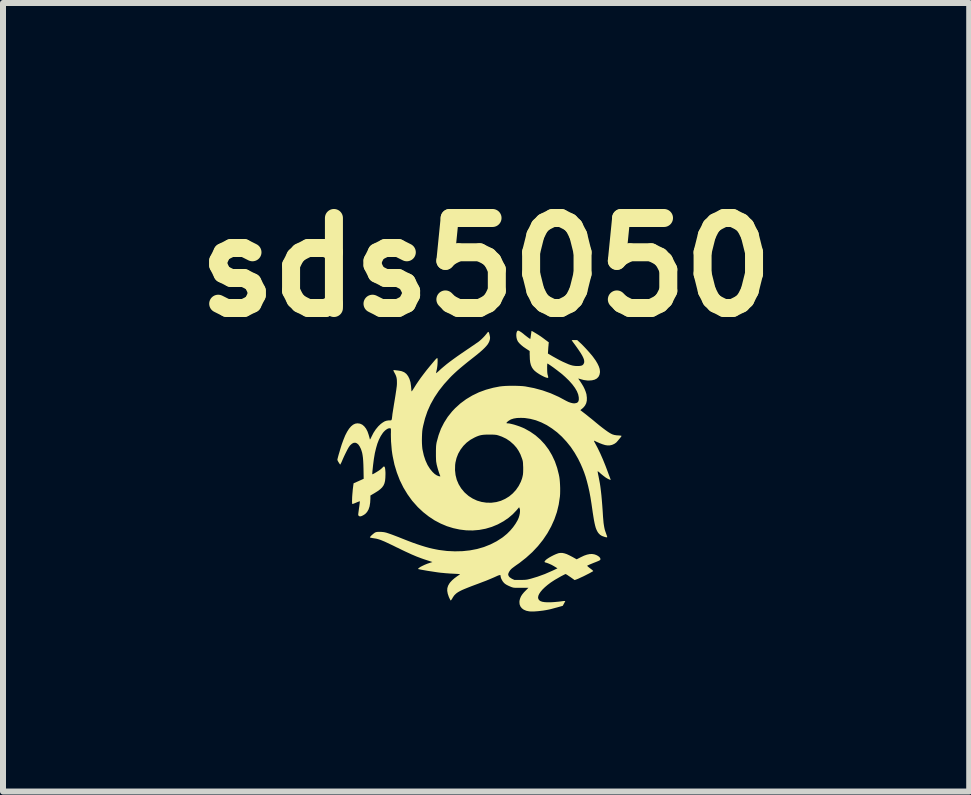
<source format=kicad_pcb>
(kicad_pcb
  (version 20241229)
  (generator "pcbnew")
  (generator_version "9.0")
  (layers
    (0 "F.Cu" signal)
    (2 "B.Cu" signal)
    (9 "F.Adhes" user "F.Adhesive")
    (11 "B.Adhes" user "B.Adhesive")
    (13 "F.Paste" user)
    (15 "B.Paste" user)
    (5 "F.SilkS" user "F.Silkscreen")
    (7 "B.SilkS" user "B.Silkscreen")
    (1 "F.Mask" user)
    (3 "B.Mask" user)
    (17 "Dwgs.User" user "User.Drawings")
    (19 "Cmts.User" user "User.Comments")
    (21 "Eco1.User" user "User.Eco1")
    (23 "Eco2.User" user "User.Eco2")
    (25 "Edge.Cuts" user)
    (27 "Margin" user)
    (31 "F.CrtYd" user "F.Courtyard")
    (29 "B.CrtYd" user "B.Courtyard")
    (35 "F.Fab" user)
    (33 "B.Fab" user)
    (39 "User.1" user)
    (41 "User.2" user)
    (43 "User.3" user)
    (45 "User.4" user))
  (footprint "sds5050"
    (layer "F.Cu")
    (at 5.101 4.757)
    (property "Reference" "sds5050" (at -0.051 -3.353 0) (layer "F.SilkS") (effects (font (size 1.5 1.5) (thickness 0.3))))
    (attr board_only exclude_from_pos_files exclude_from_bom)
    (fp_poly (pts (xy 0.492 -2.296) (xy 0.513 -2.285) (xy 0.541 -2.267) (xy 0.576 -2.24) (xy 0.577 -2.238) (xy 0.606 -2.215) (xy 0.633 -2.194) (xy 0.656 -2.177) (xy 0.673 -2.165) (xy 0.683 -2.16) (xy 0.685 -2.16) (xy 0.687 -2.166) (xy 0.69 -2.183) (xy 0.693 -2.205) (xy 0.696 -2.227) (xy 0.7 -2.253) (xy 0.703 -2.275) (xy 0.705 -2.289) (xy 0.707 -2.293) (xy 0.712 -2.291) (xy 0.726 -2.284) (xy 0.746 -2.272) (xy 0.77 -2.258) (xy 0.796 -2.242) (xy 0.822 -2.226) (xy 0.846 -2.21) (xy 0.866 -2.197) (xy 0.875 -2.19) (xy 0.895 -2.176) (xy 0.919 -2.158) (xy 0.944 -2.139) (xy 0.95 -2.135) (xy 0.994 -2.102) (xy 0.99 -2.072) (xy 0.989 -2.053) (xy 0.986 -2.026) (xy 0.984 -1.996) (xy 0.983 -1.979) (xy 0.979 -1.916) (xy 1.062 -1.867) (xy 1.116 -1.837) (xy 1.171 -1.807) (xy 1.225 -1.78) (xy 1.277 -1.757) (xy 1.323 -1.737) (xy 1.357 -1.725) (xy 1.389 -1.716) (xy 1.419 -1.711) (xy 1.452 -1.708) (xy 1.468 -1.708) (xy 1.505 -1.709) (xy 1.533 -1.713) (xy 1.553 -1.721) (xy 1.567 -1.733) (xy 1.575 -1.746) (xy 1.583 -1.766) (xy 1.584 -1.788) (xy 1.58 -1.814) (xy 1.569 -1.844) (xy 1.552 -1.879) (xy 1.528 -1.92) (xy 1.496 -1.968) (xy 1.457 -2.024) (xy 1.444 -2.042) (xy 1.423 -2.071) (xy 1.404 -2.096) (xy 1.389 -2.117) (xy 1.379 -2.131) (xy 1.375 -2.138) (xy 1.375 -2.138) (xy 1.381 -2.139) (xy 1.395 -2.14) (xy 1.416 -2.141) (xy 1.421 -2.141) (xy 1.466 -2.141) (xy 1.515 -2.096) (xy 1.545 -2.068) (xy 1.578 -2.034) (xy 1.615 -1.995) (xy 1.651 -1.955) (xy 1.685 -1.916) (xy 1.715 -1.881) (xy 1.734 -1.856) (xy 1.775 -1.799) (xy 1.805 -1.748) (xy 1.827 -1.702) (xy 1.841 -1.66) (xy 1.846 -1.621) (xy 1.846 -1.601) (xy 1.838 -1.561) (xy 1.821 -1.527) (xy 1.794 -1.5) (xy 1.758 -1.481) (xy 1.714 -1.47) (xy 1.662 -1.466) (xy 1.641 -1.466) (xy 1.576 -1.475) (xy 1.538 -1.485) (xy 1.515 -1.492) (xy 1.497 -1.497) (xy 1.487 -1.5) (xy 1.486 -1.5) (xy 1.488 -1.494) (xy 1.496 -1.481) (xy 1.509 -1.463) (xy 1.52 -1.447) (xy 1.545 -1.408) (xy 1.57 -1.366) (xy 1.591 -1.323) (xy 1.607 -1.283) (xy 1.618 -1.248) (xy 1.621 -1.238) (xy 1.628 -1.18) (xy 1.627 -1.131) (xy 1.617 -1.088) (xy 1.598 -1.05) (xy 1.57 -1.016) (xy 1.55 -0.998) (xy 1.519 -0.973) (xy 1.58 -0.926) (xy 1.601 -0.91) (xy 1.63 -0.887) (xy 1.663 -0.86) (xy 1.701 -0.83) (xy 1.739 -0.799) (xy 1.776 -0.768) (xy 1.838 -0.717) (xy 1.893 -0.674) (xy 1.94 -0.639) (xy 1.981 -0.61) (xy 2.016 -0.588) (xy 2.045 -0.573) (xy 2.057 -0.568) (xy 2.087 -0.559) (xy 2.125 -0.553) (xy 2.148 -0.552) (xy 2.173 -0.55) (xy 2.192 -0.548) (xy 2.204 -0.545) (xy 2.206 -0.544) (xy 2.203 -0.537) (xy 2.193 -0.523) (xy 2.179 -0.505) (xy 2.162 -0.485) (xy 2.145 -0.464) (xy 2.13 -0.447) (xy 2.117 -0.433) (xy 2.116 -0.432) (xy 2.086 -0.411) (xy 2.048 -0.394) (xy 2.007 -0.385) (xy 2.004 -0.385) (xy 1.97 -0.385) (xy 1.932 -0.391) (xy 1.887 -0.405) (xy 1.835 -0.425) (xy 1.821 -0.432) (xy 1.794 -0.443) (xy 1.772 -0.454) (xy 1.755 -0.461) (xy 1.747 -0.465) (xy 1.746 -0.462) (xy 1.75 -0.45) (xy 1.759 -0.433) (xy 1.764 -0.424) (xy 1.807 -0.343) (xy 1.851 -0.252) (xy 1.895 -0.152) (xy 1.938 -0.046) (xy 1.97 0.039) (xy 1.983 0.074) (xy 1.995 0.107) (xy 2.006 0.135) (xy 2.014 0.156) (xy 2.018 0.168) (xy 2.026 0.19) (xy 2.01 0.186) (xy 1.98 0.173) (xy 1.944 0.152) (xy 1.905 0.123) (xy 1.862 0.088) (xy 1.854 0.081) (xy 1.836 0.064) (xy 1.82 0.052) (xy 1.81 0.045) (xy 1.808 0.044) (xy 1.808 0.051) (xy 1.81 0.067) (xy 1.814 0.09) (xy 1.82 0.119) (xy 1.823 0.133) (xy 1.834 0.19) (xy 1.845 0.249) (xy 1.854 0.31) (xy 1.862 0.375) (xy 1.87 0.445) (xy 1.877 0.523) (xy 1.884 0.608) (xy 1.891 0.704) (xy 1.893 0.735) (xy 1.897 0.802) (xy 1.902 0.858) (xy 1.906 0.905) (xy 1.912 0.946) (xy 1.918 0.981) (xy 1.925 1.013) (xy 1.934 1.043) (xy 1.944 1.071) (xy 1.953 1.097) (xy 1.961 1.119) (xy 1.966 1.135) (xy 1.967 1.141) (xy 1.965 1.146) (xy 1.959 1.147) (xy 1.945 1.145) (xy 1.923 1.139) (xy 1.914 1.136) (xy 1.878 1.123) (xy 1.849 1.105) (xy 1.826 1.082) (xy 1.814 1.067) (xy 1.8 1.044) (xy 1.788 1.019) (xy 1.776 0.988) (xy 1.766 0.952) (xy 1.756 0.909) (xy 1.746 0.858) (xy 1.736 0.797) (xy 1.725 0.727) (xy 1.722 0.705) (xy 1.705 0.588) (xy 1.688 0.481) (xy 1.67 0.384) (xy 1.65 0.295) (xy 1.629 0.213) (xy 1.607 0.136) (xy 1.582 0.063) (xy 1.554 -0.008) (xy 1.524 -0.077) (xy 1.49 -0.146) (xy 1.484 -0.159) (xy 1.425 -0.262) (xy 1.36 -0.359) (xy 1.288 -0.448) (xy 1.212 -0.53) (xy 1.132 -0.603) (xy 1.047 -0.667) (xy 0.96 -0.723) (xy 0.87 -0.768) (xy 0.778 -0.804) (xy 0.685 -0.828) (xy 0.592 -0.842) (xy 0.529 -0.844) (xy 0.464 -0.842) (xy 0.409 -0.833) (xy 0.362 -0.818) (xy 0.325 -0.796) (xy 0.306 -0.781) (xy 0.292 -0.767) (xy 0.288 -0.758) (xy 0.293 -0.754) (xy 0.303 -0.753) (xy 0.333 -0.751) (xy 0.37 -0.743) (xy 0.414 -0.732) (xy 0.461 -0.717) (xy 0.508 -0.701) (xy 0.555 -0.682) (xy 0.589 -0.667) (xy 0.684 -0.614) (xy 0.772 -0.553) (xy 0.853 -0.482) (xy 0.926 -0.403) (xy 0.991 -0.316) (xy 1.047 -0.221) (xy 1.095 -0.119) (xy 1.133 -0.01) (xy 1.162 0.105) (xy 1.169 0.141) (xy 1.174 0.176) (xy 1.178 0.221) (xy 1.181 0.272) (xy 1.183 0.324) (xy 1.183 0.377) (xy 1.182 0.425) (xy 1.179 0.467) (xy 1.178 0.473) (xy 1.159 0.6) (xy 1.129 0.725) (xy 1.087 0.846) (xy 1.034 0.964) (xy 0.971 1.078) (xy 0.897 1.188) (xy 0.813 1.293) (xy 0.719 1.393) (xy 0.615 1.487) (xy 0.502 1.576) (xy 0.451 1.611) (xy 0.425 1.63) (xy 0.401 1.648) (xy 0.38 1.664) (xy 0.369 1.674) (xy 0.351 1.693) (xy 0.335 1.717) (xy 0.323 1.74) (xy 0.317 1.76) (xy 0.317 1.765) (xy 0.323 1.789) (xy 0.34 1.811) (xy 0.369 1.831) (xy 0.381 1.838) (xy 0.422 1.857) (xy 0.52 1.856) (xy 0.559 1.856) (xy 0.588 1.855) (xy 0.613 1.853) (xy 0.635 1.85) (xy 0.658 1.845) (xy 0.686 1.838) (xy 0.691 1.837) (xy 0.807 1.802) (xy 0.928 1.758) (xy 1.054 1.703) (xy 1.082 1.69) (xy 1.138 1.663) (xy 1.104 1.642) (xy 1.074 1.624) (xy 1.042 1.606) (xy 1.009 1.591) (xy 0.98 1.579) (xy 0.957 1.571) (xy 0.95 1.569) (xy 0.931 1.564) (xy 0.923 1.557) (xy 0.925 1.546) (xy 0.938 1.53) (xy 0.95 1.518) (xy 0.972 1.502) (xy 1.001 1.483) (xy 1.035 1.464) (xy 1.072 1.445) (xy 1.107 1.429) (xy 1.138 1.417) (xy 1.159 1.41) (xy 1.19 1.406) (xy 1.222 1.407) (xy 1.255 1.414) (xy 1.292 1.426) (xy 1.335 1.446) (xy 1.385 1.472) (xy 1.394 1.477) (xy 1.458 1.513) (xy 1.526 1.478) (xy 1.581 1.452) (xy 1.63 1.435) (xy 1.674 1.426) (xy 1.714 1.424) (xy 1.718 1.425) (xy 1.752 1.43) (xy 1.784 1.441) (xy 1.812 1.456) (xy 1.835 1.473) (xy 1.849 1.491) (xy 1.854 1.507) (xy 1.853 1.514) (xy 1.852 1.52) (xy 1.847 1.525) (xy 1.839 1.531) (xy 1.825 1.538) (xy 1.804 1.547) (xy 1.775 1.559) (xy 1.736 1.574) (xy 1.727 1.578) (xy 1.695 1.591) (xy 1.669 1.602) (xy 1.648 1.612) (xy 1.636 1.618) (xy 1.632 1.621) (xy 1.637 1.626) (xy 1.649 1.637) (xy 1.667 1.652) (xy 1.683 1.664) (xy 1.704 1.68) (xy 1.721 1.694) (xy 1.731 1.704) (xy 1.734 1.708) (xy 1.729 1.713) (xy 1.714 1.721) (xy 1.693 1.733) (xy 1.666 1.748) (xy 1.634 1.764) (xy 1.601 1.781) (xy 1.567 1.798) (xy 1.534 1.813) (xy 1.504 1.827) (xy 1.478 1.839) (xy 1.459 1.846) (xy 1.458 1.847) (xy 1.424 1.859) (xy 1.353 1.808) (xy 1.327 1.791) (xy 1.304 1.775) (xy 1.286 1.764) (xy 1.276 1.759) (xy 1.274 1.758) (xy 1.266 1.761) (xy 1.249 1.769) (xy 1.226 1.781) (xy 1.199 1.795) (xy 1.169 1.812) (xy 1.138 1.83) (xy 1.108 1.847) (xy 1.085 1.861) (xy 1.027 1.899) (xy 0.974 1.939) (xy 0.928 1.978) (xy 0.888 2.017) (xy 0.856 2.055) (xy 0.833 2.09) (xy 0.819 2.122) (xy 0.815 2.15) (xy 0.815 2.157) (xy 0.822 2.178) (xy 0.836 2.196) (xy 0.856 2.21) (xy 0.885 2.22) (xy 0.922 2.226) (xy 0.967 2.229) (xy 1.022 2.229) (xy 1.088 2.225) (xy 1.163 2.218) (xy 1.239 2.208) (xy 1.256 2.207) (xy 1.266 2.207) (xy 1.268 2.208) (xy 1.265 2.215) (xy 1.258 2.229) (xy 1.248 2.248) (xy 1.247 2.25) (xy 1.226 2.288) (xy 1.137 2.313) (xy 1.088 2.326) (xy 1.048 2.337) (xy 1.013 2.346) (xy 0.98 2.353) (xy 0.948 2.359) (xy 0.912 2.365) (xy 0.892 2.368) (xy 0.815 2.377) (xy 0.748 2.382) (xy 0.692 2.382) (xy 0.667 2.38) (xy 0.618 2.37) (xy 0.576 2.352) (xy 0.544 2.328) (xy 0.521 2.298) (xy 0.507 2.262) (xy 0.504 2.221) (xy 0.507 2.196) (xy 0.517 2.161) (xy 0.531 2.129) (xy 0.551 2.098) (xy 0.578 2.065) (xy 0.6 2.042) (xy 0.655 1.987) (xy 0.529 1.988) (xy 0.487 1.988) (xy 0.455 1.988) (xy 0.43 1.987) (xy 0.412 1.986) (xy 0.398 1.983) (xy 0.386 1.98) (xy 0.374 1.976) (xy 0.368 1.974) (xy 0.324 1.955) (xy 0.29 1.938) (xy 0.264 1.921) (xy 0.244 1.903) (xy 0.243 1.901) (xy 0.225 1.879) (xy 0.21 1.853) (xy 0.198 1.828) (xy 0.192 1.806) (xy 0.191 1.8) (xy 0.19 1.786) (xy 0.187 1.777) (xy 0.178 1.775) (xy 0.164 1.778) (xy 0.142 1.786) (xy 0.12 1.796) (xy 0.08 1.814) (xy 0.038 1.832) (xy -0.007 1.851) (xy -0.056 1.871) (xy -0.112 1.892) (xy -0.177 1.917) (xy -0.223 1.934) (xy -0.295 1.961) (xy -0.356 1.985) (xy -0.408 2.006) (xy -0.452 2.025) (xy -0.488 2.043) (xy -0.518 2.06) (xy -0.543 2.077) (xy -0.563 2.095) (xy -0.581 2.113) (xy -0.596 2.134) (xy -0.61 2.156) (xy -0.612 2.161) (xy -0.624 2.18) (xy -0.634 2.193) (xy -0.64 2.199) (xy -0.641 2.199) (xy -0.646 2.193) (xy -0.654 2.178) (xy -0.664 2.157) (xy -0.672 2.14) (xy -0.69 2.087) (xy -0.699 2.038) (xy -0.697 1.994) (xy -0.684 1.952) (xy -0.661 1.912) (xy -0.647 1.894) (xy -0.617 1.862) (xy -0.579 1.829) (xy -0.536 1.797) (xy -0.514 1.782) (xy -0.498 1.771) (xy -0.488 1.764) (xy -0.486 1.761) (xy -0.492 1.759) (xy -0.508 1.758) (xy -0.531 1.756) (xy -0.553 1.755) (xy -0.607 1.752) (xy -0.651 1.75) (xy -0.687 1.747) (xy -0.719 1.745) (xy -0.749 1.742) (xy -0.779 1.739) (xy -0.804 1.737) (xy -0.852 1.731) (xy -0.906 1.723) (xy -0.964 1.714) (xy -1.024 1.705) (xy -1.081 1.695) (xy -1.132 1.686) (xy -1.175 1.677) (xy -1.177 1.677) (xy -1.185 1.674) (xy -1.185 1.671) (xy -1.178 1.664) (xy -1.168 1.655) (xy -1.145 1.639) (xy -1.112 1.622) (xy -1.074 1.604) (xy -1.033 1.587) (xy -0.997 1.575) (xy -0.945 1.558) (xy -1.039 1.527) (xy -1.086 1.512) (xy -1.128 1.497) (xy -1.168 1.482) (xy -1.208 1.467) (xy -1.248 1.45) (xy -1.291 1.432) (xy -1.338 1.41) (xy -1.391 1.386) (xy -1.45 1.358) (xy -1.518 1.324) (xy -1.537 1.316) (xy -1.601 1.284) (xy -1.656 1.258) (xy -1.702 1.236) (xy -1.741 1.218) (xy -1.775 1.204) (xy -1.804 1.192) (xy -1.83 1.183) (xy -1.853 1.176) (xy -1.876 1.17) (xy -1.899 1.166) (xy -1.924 1.162) (xy -1.937 1.16) (xy -1.959 1.156) (xy -1.977 1.152) (xy -1.986 1.149) (xy -1.987 1.149) (xy -1.985 1.142) (xy -1.977 1.131) (xy -1.963 1.116) (xy -1.945 1.1) (xy -1.927 1.085) (xy -1.91 1.072) (xy -1.902 1.067) (xy -1.89 1.062) (xy -1.876 1.058) (xy -1.857 1.056) (xy -1.83 1.056) (xy -1.818 1.056) (xy -1.796 1.056) (xy -1.776 1.058) (xy -1.756 1.06) (xy -1.735 1.064) (xy -1.711 1.07) (xy -1.683 1.079) (xy -1.651 1.09) (xy -1.612 1.104) (xy -1.565 1.122) (xy -1.51 1.143) (xy -1.453 1.166) (xy -1.359 1.203) (xy -1.275 1.235) (xy -1.198 1.262) (xy -1.128 1.285) (xy -1.063 1.305) (xy -1.002 1.322) (xy -0.943 1.336) (xy -0.884 1.348) (xy -0.837 1.357) (xy -0.703 1.374) (xy -0.572 1.38) (xy -0.444 1.377) (xy -0.321 1.364) (xy -0.201 1.341) (xy -0.087 1.308) (xy 0.021 1.265) (xy 0.123 1.213) (xy 0.218 1.152) (xy 0.24 1.135) (xy 0.297 1.088) (xy 0.35 1.035) (xy 0.398 0.979) (xy 0.439 0.921) (xy 0.473 0.863) (xy 0.491 0.823) (xy 0.503 0.784) (xy 0.511 0.746) (xy 0.514 0.71) (xy 0.512 0.679) (xy 0.507 0.665) (xy 0.499 0.645) (xy 0.456 0.696) (xy 0.393 0.762) (xy 0.32 0.824) (xy 0.239 0.879) (xy 0.153 0.926) (xy 0.146 0.93) (xy 0.045 0.972) (xy -0.059 1.003) (xy -0.165 1.023) (xy -0.273 1.032) (xy -0.382 1.03) (xy -0.49 1.017) (xy -0.597 0.994) (xy -0.704 0.961) (xy -0.808 0.917) (xy -0.909 0.864) (xy -1.006 0.8) (xy -1.099 0.727) (xy -1.188 0.644) (xy -1.197 0.634) (xy -1.284 0.536) (xy -1.361 0.429) (xy -1.43 0.315) (xy -1.489 0.195) (xy -1.538 0.068) (xy -1.578 -0.064) (xy -1.607 -0.201) (xy -1.614 -0.241) (xy -1.623 -0.306) (xy -1.629 -0.377) (xy -1.635 -0.449) (xy -1.637 -0.518) (xy -1.638 -0.58) (xy -1.637 -0.591) (xy -1.637 -0.624) (xy -1.637 -0.646) (xy -1.638 -0.66) (xy -1.642 -0.668) (xy -1.649 -0.671) (xy -1.661 -0.671) (xy -1.671 -0.67) (xy -1.688 -0.665) (xy -1.71 -0.652) (xy -1.734 -0.634) (xy -1.756 -0.612) (xy -1.772 -0.593) (xy -1.807 -0.54) (xy -1.837 -0.481) (xy -1.863 -0.414) (xy -1.885 -0.339) (xy -1.905 -0.255) (xy -1.921 -0.161) (xy -1.934 -0.06) (xy -1.939 -0.012) (xy -1.943 0.025) (xy -1.946 0.053) (xy -1.947 0.072) (xy -1.948 0.085) (xy -1.947 0.093) (xy -1.946 0.095) (xy -1.946 0.096) (xy -1.937 0.093) (xy -1.921 0.085) (xy -1.9 0.073) (xy -1.877 0.059) (xy -1.853 0.044) (xy -1.832 0.03) (xy -1.826 0.026) (xy -1.805 0.01) (xy -1.787 -0.006) (xy -1.774 -0.019) (xy -1.774 -0.019) (xy -1.761 -0.032) (xy -1.75 -0.034) (xy -1.741 -0.026) (xy -1.735 -0.007) (xy -1.731 0.024) (xy -1.728 0.066) (xy -1.728 0.099) (xy -1.73 0.157) (xy -1.735 0.206) (xy -1.745 0.247) (xy -1.761 0.283) (xy -1.784 0.315) (xy -1.815 0.345) (xy -1.855 0.375) (xy -1.906 0.407) (xy -1.909 0.409) (xy -1.979 0.45) (xy -1.979 0.499) (xy -1.983 0.569) (xy -1.993 0.631) (xy -2.01 0.682) (xy -2.035 0.725) (xy -2.066 0.758) (xy -2.097 0.778) (xy -2.123 0.791) (xy -2.143 0.797) (xy -2.158 0.797) (xy -2.17 0.791) (xy -2.171 0.79) (xy -2.177 0.784) (xy -2.181 0.778) (xy -2.182 0.769) (xy -2.181 0.755) (xy -2.178 0.731) (xy -2.177 0.723) (xy -2.17 0.671) (xy -2.164 0.63) (xy -2.16 0.598) (xy -2.157 0.575) (xy -2.156 0.559) (xy -2.155 0.55) (xy -2.155 0.546) (xy -2.155 0.545) (xy -2.161 0.547) (xy -2.176 0.552) (xy -2.197 0.56) (xy -2.216 0.568) (xy -2.24 0.578) (xy -2.261 0.586) (xy -2.275 0.591) (xy -2.279 0.592) (xy -2.282 0.586) (xy -2.284 0.57) (xy -2.285 0.545) (xy -2.284 0.513) (xy -2.283 0.476) (xy -2.28 0.434) (xy -2.276 0.389) (xy -2.272 0.343) (xy -2.266 0.298) (xy -2.266 0.295) (xy -2.259 0.246) (xy -2.175 0.209) (xy -2.091 0.171) (xy -2.094 0.006) (xy -2.096 -0.065) (xy -2.099 -0.125) (xy -2.103 -0.177) (xy -2.109 -0.221) (xy -2.116 -0.26) (xy -2.126 -0.294) (xy -2.137 -0.326) (xy -2.152 -0.356) (xy -2.156 -0.365) (xy -2.179 -0.399) (xy -2.204 -0.42) (xy -2.23 -0.43) (xy -2.258 -0.428) (xy -2.286 -0.414) (xy -2.314 -0.389) (xy -2.324 -0.377) (xy -2.339 -0.356) (xy -2.357 -0.325) (xy -2.377 -0.286) (xy -2.399 -0.242) (xy -2.422 -0.194) (xy -2.444 -0.144) (xy -2.451 -0.127) (xy -2.462 -0.102) (xy -2.472 -0.083) (xy -2.478 -0.07) (xy -2.482 -0.066) (xy -2.487 -0.071) (xy -2.496 -0.083) (xy -2.506 -0.099) (xy -2.517 -0.117) (xy -2.525 -0.133) (xy -2.529 -0.143) (xy -2.529 -0.144) (xy -2.528 -0.155) (xy -2.523 -0.175) (xy -2.516 -0.202) (xy -2.507 -0.235) (xy -2.496 -0.271) (xy -2.485 -0.309) (xy -2.474 -0.346) (xy -2.463 -0.381) (xy -2.46 -0.392) (xy -2.429 -0.477) (xy -2.399 -0.551) (xy -2.367 -0.613) (xy -2.335 -0.663) (xy -2.302 -0.702) (xy -2.268 -0.73) (xy -2.233 -0.747) (xy -2.197 -0.753) (xy -2.194 -0.753) (xy -2.153 -0.748) (xy -2.115 -0.731) (xy -2.082 -0.703) (xy -2.052 -0.665) (xy -2.027 -0.617) (xy -2.007 -0.559) (xy -2.003 -0.544) (xy -1.996 -0.52) (xy -1.991 -0.5) (xy -1.988 -0.487) (xy -1.987 -0.484) (xy -1.984 -0.486) (xy -1.977 -0.496) (xy -1.968 -0.514) (xy -1.961 -0.529) (xy -1.928 -0.594) (xy -1.89 -0.652) (xy -1.848 -0.703) (xy -1.806 -0.743) (xy -1.77 -0.769) (xy -1.739 -0.787) (xy -1.708 -0.797) (xy -1.674 -0.802) (xy -1.66 -0.802) (xy -1.646 -0.802) (xy -1.636 -0.803) (xy -1.629 -0.807) (xy -1.625 -0.815) (xy -1.621 -0.83) (xy -1.618 -0.853) (xy -1.614 -0.885) (xy -1.612 -0.907) (xy -1.607 -0.938) (xy -1.601 -0.976) (xy -1.594 -1.019) (xy -1.587 -1.065) (xy -1.581 -1.1) (xy -1.57 -1.167) (xy -1.561 -1.223) (xy -1.554 -1.27) (xy -1.548 -1.309) (xy -1.544 -1.341) (xy -1.54 -1.369) (xy -1.538 -1.392) (xy -1.537 -1.413) (xy -1.537 -1.432) (xy -1.537 -1.436) (xy -1.538 -1.478) (xy -1.543 -1.512) (xy -1.552 -1.543) (xy -1.566 -1.574) (xy -1.575 -1.59) (xy -1.586 -1.611) (xy -1.594 -1.627) (xy -1.596 -1.637) (xy -1.596 -1.639) (xy -1.587 -1.64) (xy -1.57 -1.639) (xy -1.547 -1.636) (xy -1.521 -1.633) (xy -1.495 -1.629) (xy -1.472 -1.625) (xy -1.456 -1.621) (xy -1.415 -1.604) (xy -1.38 -1.577) (xy -1.351 -1.539) (xy -1.328 -1.493) (xy -1.311 -1.437) (xy -1.302 -1.372) (xy -1.3 -1.352) (xy -1.298 -1.326) (xy -1.296 -1.304) (xy -1.295 -1.29) (xy -1.294 -1.286) (xy -1.29 -1.288) (xy -1.281 -1.298) (xy -1.269 -1.316) (xy -1.255 -1.339) (xy -1.252 -1.343) (xy -1.217 -1.399) (xy -1.18 -1.454) (xy -1.14 -1.511) (xy -1.095 -1.571) (xy -1.045 -1.636) (xy -0.988 -1.706) (xy -0.951 -1.75) (xy -0.92 -1.787) (xy -0.896 -1.815) (xy -0.878 -1.833) (xy -0.868 -1.841) (xy -0.865 -1.842) (xy -0.861 -1.832) (xy -0.859 -1.812) (xy -0.859 -1.786) (xy -0.86 -1.755) (xy -0.862 -1.723) (xy -0.866 -1.69) (xy -0.871 -1.66) (xy -0.872 -1.654) (xy -0.878 -1.628) (xy -0.882 -1.607) (xy -0.884 -1.593) (xy -0.885 -1.589) (xy -0.881 -1.59) (xy -0.87 -1.598) (xy -0.855 -1.612) (xy -0.845 -1.62) (xy -0.802 -1.66) (xy -0.756 -1.699) (xy -0.708 -1.739) (xy -0.656 -1.779) (xy -0.598 -1.822) (xy -0.534 -1.868) (xy -0.462 -1.918) (xy -0.381 -1.973) (xy -0.368 -1.982) (xy -0.326 -2.01) (xy -0.286 -2.038) (xy -0.248 -2.063) (xy -0.216 -2.086) (xy -0.189 -2.104) (xy -0.17 -2.118) (xy -0.164 -2.123) (xy -0.134 -2.149) (xy -0.102 -2.18) (xy -0.072 -2.212) (xy -0.047 -2.242) (xy -0.038 -2.253) (xy -0.027 -2.268) (xy -0.018 -2.276) (xy -0.011 -2.276) (xy -0.004 -2.266) (xy 0.002 -2.247) (xy 0.009 -2.217) (xy 0.012 -2.203) (xy 0.015 -2.177) (xy 0.012 -2.152) (xy 0.01 -2.143) (xy 0.002 -2.118) (xy -0.01 -2.093) (xy -0.026 -2.067) (xy -0.048 -2.04) (xy -0.075 -2.011) (xy -0.109 -1.978) (xy -0.15 -1.942) (xy -0.2 -1.9) (xy -0.258 -1.854) (xy -0.281 -1.836) (xy -0.356 -1.777) (xy -0.421 -1.724) (xy -0.48 -1.675) (xy -0.532 -1.63) (xy -0.58 -1.586) (xy -0.625 -1.543) (xy -0.655 -1.512) (xy -0.752 -1.405) (xy -0.838 -1.296) (xy -0.912 -1.185) (xy -0.976 -1.071) (xy -1.028 -0.955) (xy -1.069 -0.835) (xy -1.1 -0.711) (xy -1.11 -0.661) (xy -1.115 -0.623) (xy -1.118 -0.576) (xy -1.12 -0.525) (xy -1.121 -0.472) (xy -1.12 -0.419) (xy -1.117 -0.371) (xy -1.113 -0.33) (xy -1.11 -0.313) (xy -1.089 -0.218) (xy -1.061 -0.134) (xy -1.027 -0.059) (xy -0.986 0.006) (xy -0.945 0.056) (xy -0.908 0.091) (xy -0.873 0.114) (xy -0.839 0.128) (xy -0.831 0.129) (xy -0.818 0.131) (xy -0.814 0.129) (xy -0.816 0.122) (xy -0.826 0.097) (xy -0.838 0.063) (xy -0.849 0.027) (xy -0.569 0.027) (xy -0.56 0.109) (xy -0.54 0.188) (xy -0.509 0.261) (xy -0.467 0.33) (xy -0.415 0.393) (xy -0.404 0.404) (xy -0.342 0.458) (xy -0.274 0.501) (xy -0.201 0.535) (xy -0.125 0.557) (xy -0.045 0.569) (xy 0.037 0.57) (xy 0.12 0.559) (xy 0.195 0.538) (xy 0.266 0.506) (xy 0.333 0.465) (xy 0.393 0.415) (xy 0.447 0.356) (xy 0.492 0.291) (xy 0.528 0.22) (xy 0.533 0.206) (xy 0.547 0.169) (xy 0.556 0.134) (xy 0.563 0.1) (xy 0.566 0.064) (xy 0.567 0.021) (xy 0.567 -0.021) (xy 0.565 -0.058) (xy 0.564 -0.086) (xy 0.562 -0.109) (xy 0.559 -0.127) (xy 0.554 -0.146) (xy 0.547 -0.167) (xy 0.545 -0.172) (xy 0.52 -0.238) (xy 0.49 -0.295) (xy 0.456 -0.346) (xy 0.413 -0.395) (xy 0.404 -0.404) (xy 0.346 -0.455) (xy 0.283 -0.497) (xy 0.212 -0.531) (xy 0.155 -0.551) (xy 0.138 -0.556) (xy 0.122 -0.56) (xy 0.104 -0.562) (xy 0.083 -0.564) (xy 0.056 -0.565) (xy 0.02 -0.565) (xy 0 -0.565) (xy -0.048 -0.565) (xy -0.088 -0.563) (xy -0.121 -0.559) (xy -0.151 -0.553) (xy -0.18 -0.544) (xy -0.213 -0.531) (xy -0.243 -0.517) (xy -0.312 -0.479) (xy -0.375 -0.432) (xy -0.43 -0.377) (xy -0.477 -0.315) (xy -0.516 -0.247) (xy -0.544 -0.175) (xy -0.562 -0.099) (xy -0.567 -0.06) (xy -0.569 0.027) (xy -0.849 0.027) (xy -0.85 0.026) (xy -0.861 -0.013) (xy -0.87 -0.048) (xy -0.875 -0.068) (xy -0.879 -0.092) (xy -0.883 -0.114) (xy -0.885 -0.139) (xy -0.886 -0.168) (xy -0.887 -0.203) (xy -0.887 -0.247) (xy -0.887 -0.254) (xy -0.887 -0.299) (xy -0.886 -0.335) (xy -0.885 -0.364) (xy -0.883 -0.388) (xy -0.88 -0.41) (xy -0.876 -0.433) (xy -0.874 -0.442) (xy -0.843 -0.555) (xy -0.803 -0.663) (xy -0.751 -0.765) (xy -0.69 -0.861) (xy -0.618 -0.951) (xy -0.568 -1.004) (xy -0.48 -1.084) (xy -0.384 -1.155) (xy -0.281 -1.217) (xy -0.171 -1.27) (xy -0.054 -1.313) (xy 0.068 -1.346) (xy 0.176 -1.367) (xy 0.219 -1.372) (xy 0.27 -1.376) (xy 0.327 -1.378) (xy 0.387 -1.379) (xy 0.448 -1.378) (xy 0.506 -1.376) (xy 0.559 -1.373) (xy 0.603 -1.368) (xy 0.607 -1.367) (xy 0.748 -1.34) (xy 0.889 -1.302) (xy 1.027 -1.253) (xy 1.161 -1.193) (xy 1.282 -1.128) (xy 1.321 -1.109) (xy 1.361 -1.095) (xy 1.397 -1.087) (xy 1.429 -1.086) (xy 1.43 -1.087) (xy 1.458 -1.093) (xy 1.477 -1.105) (xy 1.489 -1.124) (xy 1.494 -1.151) (xy 1.493 -1.187) (xy 1.493 -1.187) (xy 1.483 -1.236) (xy 1.462 -1.288) (xy 1.429 -1.344) (xy 1.386 -1.402) (xy 1.331 -1.464) (xy 1.265 -1.528) (xy 1.242 -1.548) (xy 1.221 -1.567) (xy 1.194 -1.589) (xy 1.164 -1.612) (xy 1.132 -1.637) (xy 1.1 -1.661) (xy 1.068 -1.685) (xy 1.038 -1.706) (xy 1.012 -1.724) (xy 0.991 -1.738) (xy 0.977 -1.747) (xy 0.97 -1.749) (xy 0.97 -1.749) (xy 0.968 -1.742) (xy 0.967 -1.725) (xy 0.966 -1.701) (xy 0.966 -1.672) (xy 0.966 -1.666) (xy 0.967 -1.625) (xy 0.969 -1.593) (xy 0.973 -1.567) (xy 0.977 -1.553) (xy 0.982 -1.534) (xy 0.984 -1.519) (xy 0.984 -1.513) (xy 0.975 -1.51) (xy 0.958 -1.513) (xy 0.934 -1.521) (xy 0.905 -1.534) (xy 0.872 -1.551) (xy 0.837 -1.571) (xy 0.802 -1.594) (xy 0.793 -1.6) (xy 0.759 -1.627) (xy 0.732 -1.656) (xy 0.711 -1.688) (xy 0.695 -1.725) (xy 0.684 -1.769) (xy 0.678 -1.82) (xy 0.676 -1.882) (xy 0.675 -1.898) (xy 0.675 -1.958) (xy 0.615 -1.997) (xy 0.571 -2.027) (xy 0.533 -2.058) (xy 0.502 -2.088) (xy 0.48 -2.115) (xy 0.474 -2.126) (xy 0.462 -2.154) (xy 0.455 -2.185) (xy 0.452 -2.216) (xy 0.453 -2.246) (xy 0.458 -2.27) (xy 0.466 -2.289) (xy 0.478 -2.298) (xy 0.479 -2.298)) (stroke (width 0) (type solid)) (fill yes) (layer "F.SilkS")))
  (gr_rect
    (start -3 -3)
    (end 13.1 10.139)
    (stroke (width 0.1) (type default))
    (fill no)
    (layer "Edge.Cuts")))
</source>
